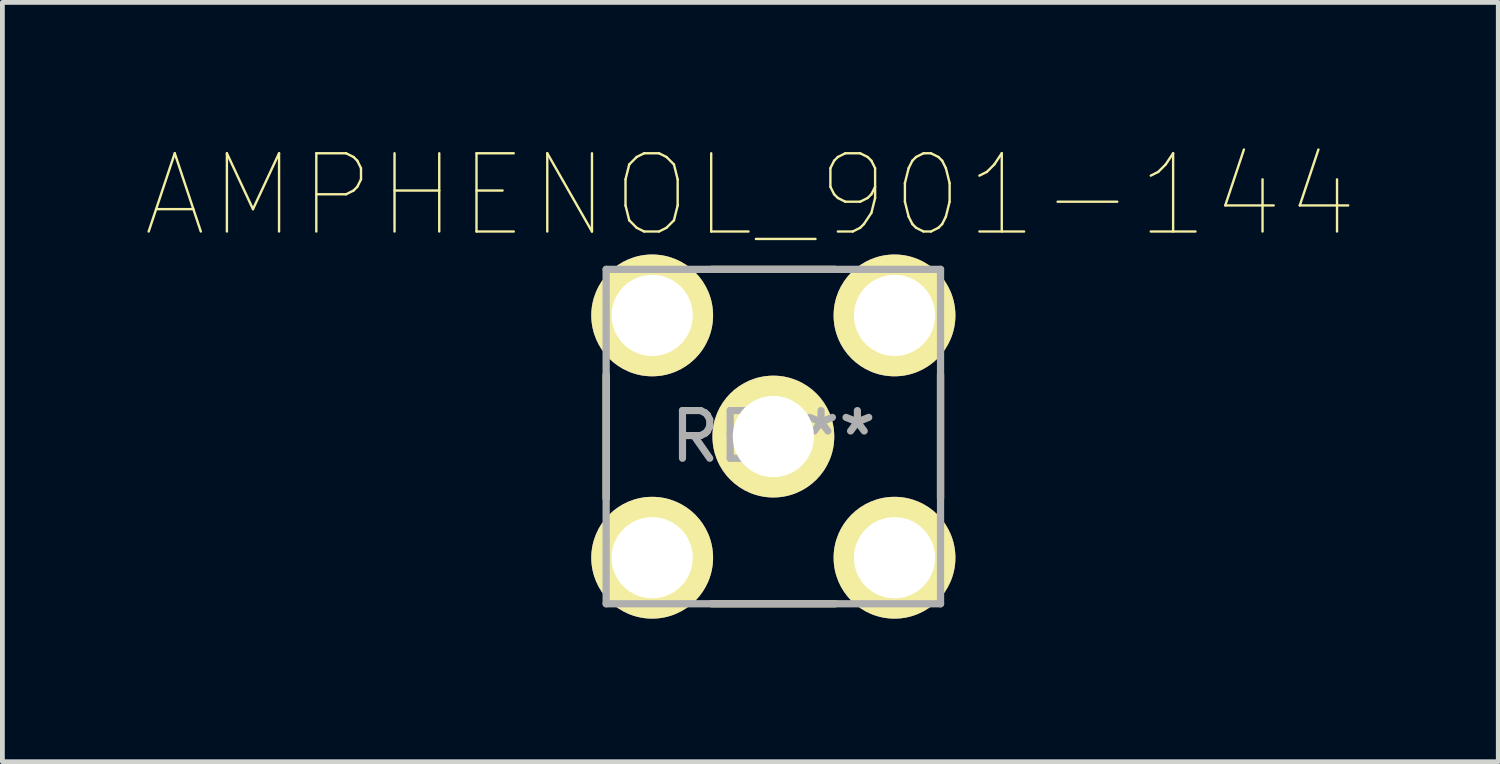
<source format=kicad_pcb>
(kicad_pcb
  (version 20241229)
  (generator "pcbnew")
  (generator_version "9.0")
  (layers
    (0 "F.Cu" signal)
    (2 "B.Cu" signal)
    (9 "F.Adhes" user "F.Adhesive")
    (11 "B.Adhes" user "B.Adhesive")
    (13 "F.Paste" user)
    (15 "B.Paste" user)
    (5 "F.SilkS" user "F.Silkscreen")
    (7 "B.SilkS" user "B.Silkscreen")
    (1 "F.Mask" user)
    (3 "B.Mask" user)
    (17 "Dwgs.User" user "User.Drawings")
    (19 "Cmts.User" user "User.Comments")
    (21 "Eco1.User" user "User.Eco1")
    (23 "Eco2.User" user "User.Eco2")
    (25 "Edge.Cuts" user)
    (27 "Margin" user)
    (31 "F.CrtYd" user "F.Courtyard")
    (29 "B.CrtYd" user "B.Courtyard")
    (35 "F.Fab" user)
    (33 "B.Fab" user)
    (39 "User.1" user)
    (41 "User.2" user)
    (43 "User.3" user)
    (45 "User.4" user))
  (footprint "AMPHENOL_901-144"
    (layer "F.Cu")
    (at 13.162 6.102)
    (property "Reference" "AMPHENOL_901-144" (at -0.483 -5.055 0) (layer "F.SilkS") (effects (font (size 1.64 1.64) (thickness 0.05))))
    (attr through_hole)
    (fp_line (start -3.505 -1.295) (end -3.505 1.295) (stroke (width 0.152) (type solid)) (layer "F.SilkS"))
    (fp_line (start -1.295 3.505) (end 1.295 3.505) (stroke (width 0.152) (type solid)) (layer "F.SilkS"))
    (fp_line (start 1.295 -3.505) (end -1.295 -3.505) (stroke (width 0.152) (type solid)) (layer "F.SilkS"))
    (fp_line (start 3.505 1.295) (end 3.505 -1.295) (stroke (width 0.152) (type solid)) (layer "F.SilkS"))
    (fp_line (start -3.505 -3.505) (end -3.505 3.505) (stroke (width 0.152) (type solid)) (layer "F.Fab"))
    (fp_line (start -3.505 3.505) (end 3.505 3.505) (stroke (width 0.152) (type solid)) (layer "F.Fab"))
    (fp_line (start 3.505 -3.505) (end -3.505 -3.505) (stroke (width 0.152) (type solid)) (layer "F.Fab"))
    (fp_line (start 3.505 3.505) (end 3.505 -3.505) (stroke (width 0.152) (type solid)) (layer "F.Fab"))
    (fp_text user "REF**" (at 0 0 0) (layer "F.Fab") (effects (font (size 1 1) (thickness 0.15))))
    (pad "1" thru_hole circle (at 0 0) (size 2.553 2.553) (drill 1.702) (layers "*.Cu" "*.Mask" "F.SilkS"))
    (pad "2" thru_hole circle (at -2.54 -2.54) (size 2.553 2.553) (drill 1.702) (layers "*.Cu" "*.Mask" "F.SilkS"))
    (pad "3" thru_hole circle (at -2.54 2.54) (size 2.553 2.553) (drill 1.702) (layers "*.Cu" "*.Mask" "F.SilkS"))
    (pad "4" thru_hole circle (at 2.54 2.54) (size 2.553 2.553) (drill 1.702) (layers "*.Cu" "*.Mask" "F.SilkS"))
    (pad "5" thru_hole circle (at 2.54 -2.54) (size 2.553 2.553) (drill 1.702) (layers "*.Cu" "*.Mask" "F.SilkS")))
  (gr_rect
    (start -3 -3)
    (end 28.359 12.918)
    (stroke (width 0.1) (type default))
    (fill no)
    (layer "Edge.Cuts")))
</source>
